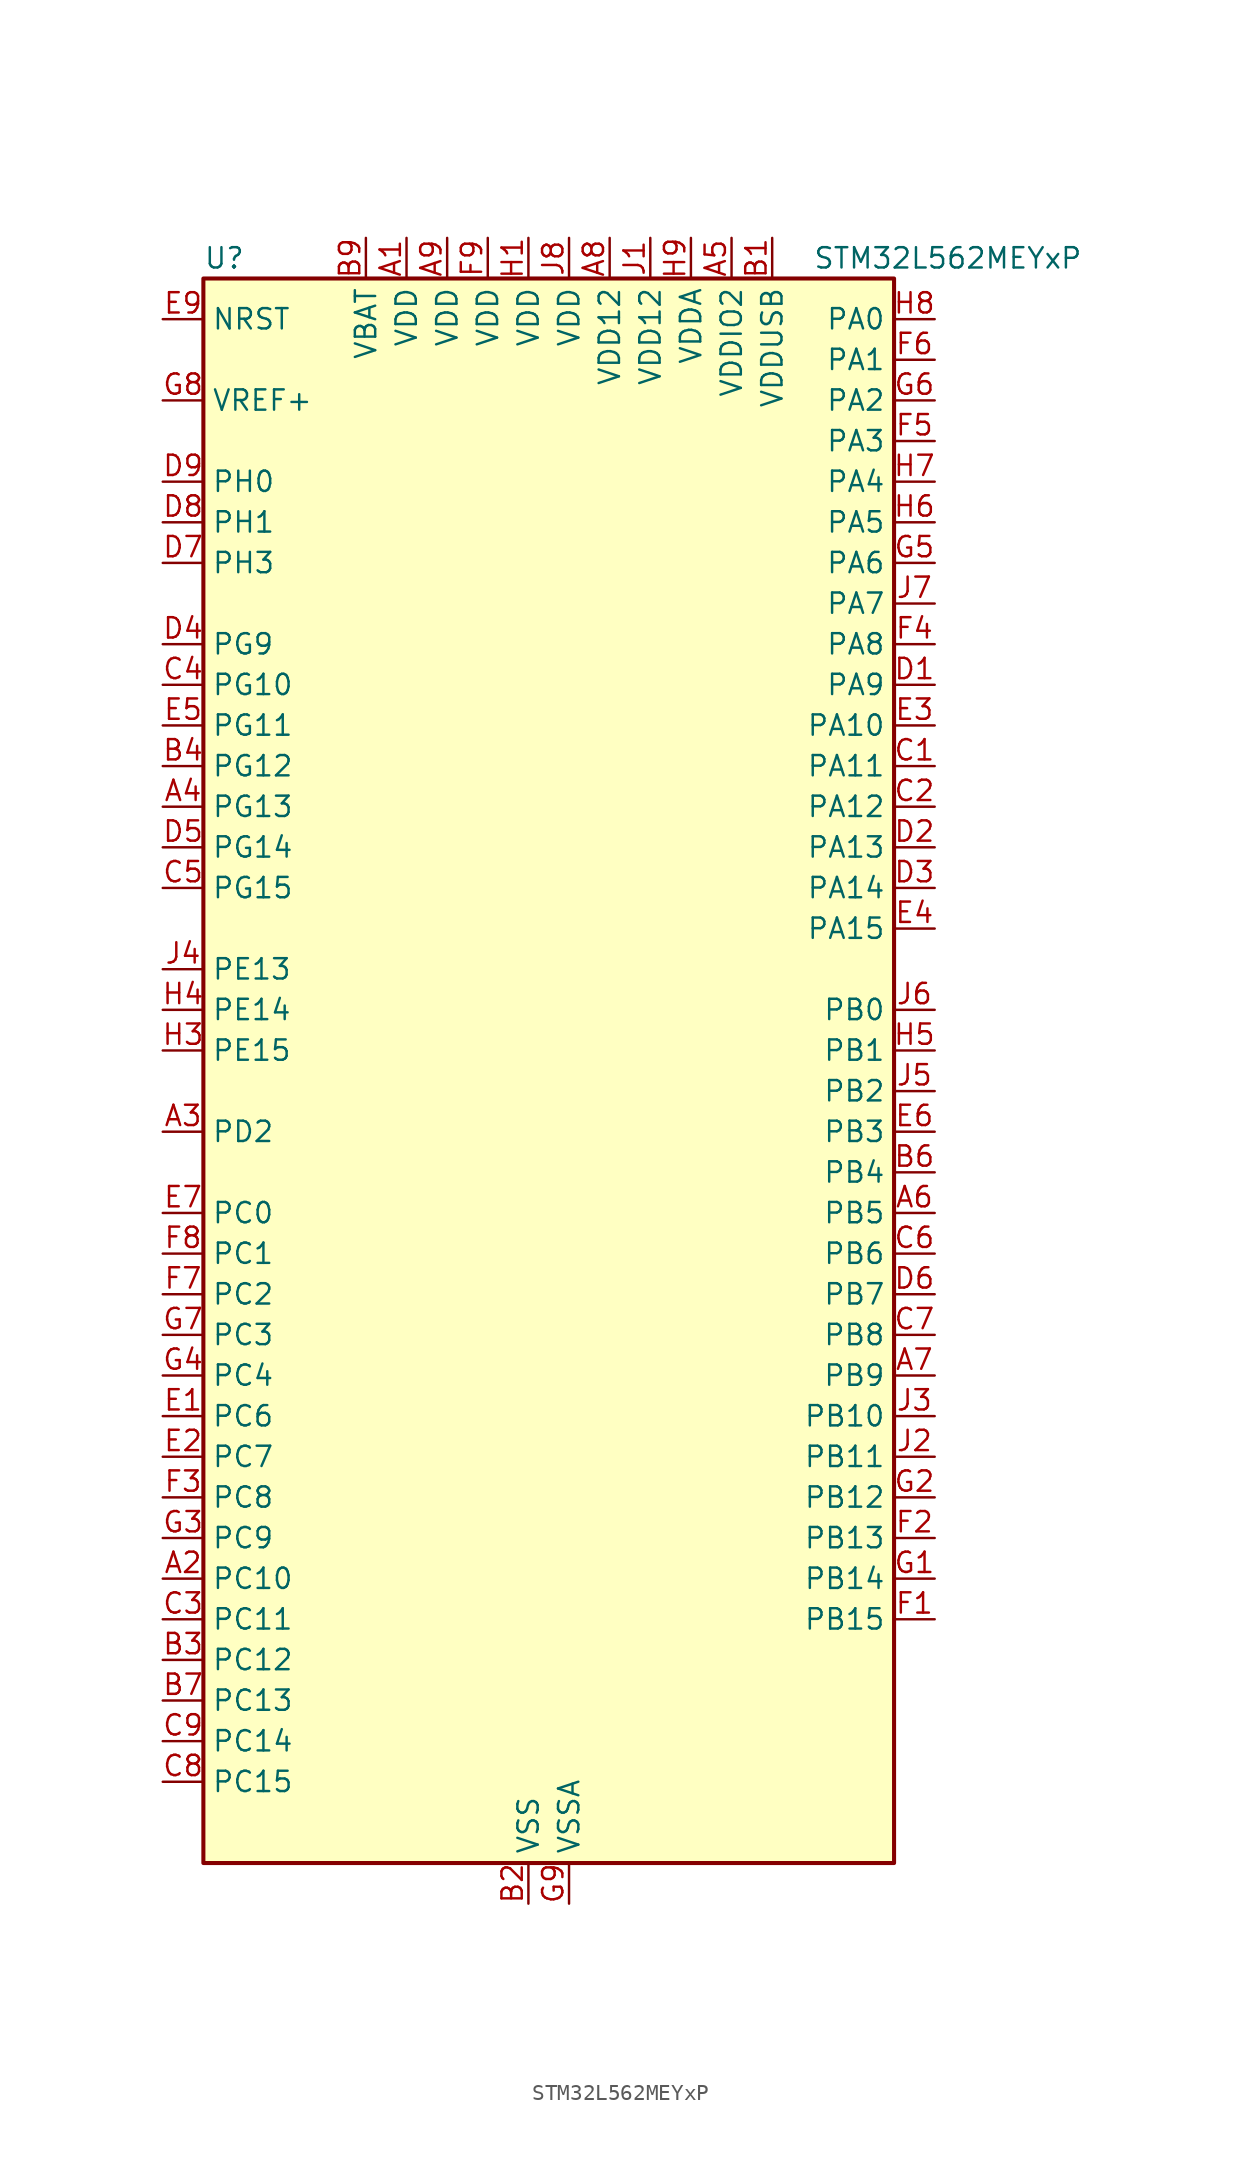
<source format=kicad_sym>
(kicad_symbol_lib
  (version 20220914)
  (generator kicad_symbol_editor)
  (symbol "STM32L562MEYxP"
    (property "Reference" "U"
      (at -20.32 52.07 0)
      (effects (font (size 1.27 1.27)) (justify left)))
    (property "Value" "STM32L562MEYxP"
      (at 17.78 52.07 0)
      (effects (font (size 1.27 1.27)) (justify left)))
    (property "ki_locked" ""
      (at 0 0 0)
      (effects (font (size 1.27 1.27))))
    (symbol "STM32L562MEYxP_0_1"
      (rectangle (start -20.32 -48.26) (end 22.86 50.8) (stroke (width 0.254) (type default)) (fill (type background))))
    (symbol "STM32L562MEYxP_1_1"
      (pin power_in line (at -7.62 53.34 270) (length 2.54) (name "VDD" (effects (font (size 1.27 1.27)))) (number "A1" (effects (font (size 1.27 1.27)))))
      (pin bidirectional line (at -22.86 -30.48 0) (length 2.54) (name "PC10" (effects (font (size 1.27 1.27)))) (number "A2" (effects (font (size 1.27 1.27)))) (alternate "DEBUG_TRACED1" bidirectional line) (alternate "LPTIM3_ETR" bidirectional line) (alternate "SAI2_SCK_B" bidirectional line) (alternate "SDMMC1_D2" bidirectional line) (alternate "SPI3_SCK" bidirectional line) (alternate "TSC_G3_IO2" bidirectional line) (alternate "UART4_TX" bidirectional line) (alternate "USART3_TX" bidirectional line))
      (pin bidirectional line (at -22.86 -2.54 0) (length 2.54) (name "PD2" (effects (font (size 1.27 1.27)))) (number "A3" (effects (font (size 1.27 1.27)))) (alternate "DEBUG_TRACED2" bidirectional line) (alternate "SDMMC1_CMD" bidirectional line) (alternate "TIM3_ETR" bidirectional line) (alternate "TSC_SYNC" bidirectional line) (alternate "UART5_RX" bidirectional line) (alternate "USART3_DE" bidirectional line) (alternate "USART3_RTS" bidirectional line))
      (pin bidirectional line (at -22.86 17.78 0) (length 2.54) (name "PG13" (effects (font (size 1.27 1.27)))) (number "A4" (effects (font (size 1.27 1.27)))) (alternate "I2C1_SDA" bidirectional line) (alternate "USART1_CK" bidirectional line))
      (pin power_in line (at 12.7 53.34 270) (length 2.54) (name "VDDIO2" (effects (font (size 1.27 1.27)))) (number "A5" (effects (font (size 1.27 1.27)))))
      (pin bidirectional line (at 25.4 -7.62 180) (length 2.54) (name "PB5" (effects (font (size 1.27 1.27)))) (number "A6" (effects (font (size 1.27 1.27)))) (alternate "COMP2_OUT" bidirectional line) (alternate "I2C1_SMBA" bidirectional line) (alternate "LPTIM1_IN1" bidirectional line) (alternate "OCTOSPI1_NCLK" bidirectional line) (alternate "SAI1_SD_B" bidirectional line) (alternate "SPI1_MOSI" bidirectional line) (alternate "SPI3_MOSI" bidirectional line) (alternate "TIM16_BKIN" bidirectional line) (alternate "TIM3_CH2" bidirectional line) (alternate "TSC_G2_IO2" bidirectional line) (alternate "UART5_CTS" bidirectional line) (alternate "UCPD1_DBCC1" bidirectional line) (alternate "USART1_CK" bidirectional line))
      (pin bidirectional line (at 25.4 -17.78 180) (length 2.54) (name "PB9" (effects (font (size 1.27 1.27)))) (number "A7" (effects (font (size 1.27 1.27)))) (alternate "DAC1_EXTI9" bidirectional line) (alternate "FDCAN1_TX" bidirectional line) (alternate "I2C1_SDA" bidirectional line) (alternate "IR_OUT" bidirectional line) (alternate "SAI1_D2" bidirectional line) (alternate "SAI1_FS_A" bidirectional line) (alternate "SDMMC1_CDIR" bidirectional line) (alternate "SDMMC1_D5" bidirectional line) (alternate "SPI2_NSS" bidirectional line) (alternate "TIM17_CH1" bidirectional line) (alternate "TIM4_CH4" bidirectional line))
      (pin power_in line (at 5.08 53.34 270) (length 2.54) (name "VDD12" (effects (font (size 1.27 1.27)))) (number "A8" (effects (font (size 1.27 1.27)))))
      (pin power_in line (at -5.08 53.34 270) (length 2.54) (name "VDD" (effects (font (size 1.27 1.27)))) (number "A9" (effects (font (size 1.27 1.27)))))
      (pin power_in line (at 15.24 53.34 270) (length 2.54) (name "VDDUSB" (effects (font (size 1.27 1.27)))) (number "B1" (effects (font (size 1.27 1.27)))))
      (pin power_in line (at 0 -50.8 90) (length 2.54) (name "VSS" (effects (font (size 1.27 1.27)))) (number "B2" (effects (font (size 1.27 1.27)))))
      (pin bidirectional line (at -22.86 -35.56 0) (length 2.54) (name "PC12" (effects (font (size 1.27 1.27)))) (number "B3" (effects (font (size 1.27 1.27)))) (alternate "DEBUG_TRACED3" bidirectional line) (alternate "SAI2_SD_B" bidirectional line) (alternate "SDMMC1_CK" bidirectional line) (alternate "SPI3_MOSI" bidirectional line) (alternate "TSC_G3_IO4" bidirectional line) (alternate "UART5_TX" bidirectional line) (alternate "USART3_CK" bidirectional line))
      (pin bidirectional line (at -22.86 20.32 0) (length 2.54) (name "PG12" (effects (font (size 1.27 1.27)))) (number "B4" (effects (font (size 1.27 1.27)))) (alternate "LPTIM1_ETR" bidirectional line) (alternate "SAI2_SD_A" bidirectional line) (alternate "SPI3_NSS" bidirectional line) (alternate "USART1_DE" bidirectional line) (alternate "USART1_RTS" bidirectional line))
      (pin passive line (at 0 -50.8 90) (length 2.54) hide (name "VSS" (effects (font (size 1.27 1.27)))) (number "B5" (effects (font (size 1.27 1.27)))))
      (pin bidirectional line (at 25.4 -5.08 180) (length 2.54) (name "PB4" (effects (font (size 1.27 1.27)))) (number "B6" (effects (font (size 1.27 1.27)))) (alternate "COMP2_INP" bidirectional line) (alternate "DEBUG_JTRST" bidirectional line) (alternate "I2C3_SDA" bidirectional line) (alternate "SAI1_MCLK_B" bidirectional line) (alternate "SPI1_MISO" bidirectional line) (alternate "SPI3_MISO" bidirectional line) (alternate "TIM17_BKIN" bidirectional line) (alternate "TIM3_CH1" bidirectional line) (alternate "TSC_G2_IO1" bidirectional line) (alternate "UART5_DE" bidirectional line) (alternate "UART5_RTS" bidirectional line) (alternate "USART1_CTS" bidirectional line) (alternate "USART1_NSS" bidirectional line))
      (pin bidirectional line (at -22.86 -38.1 0) (length 2.54) (name "PC13" (effects (font (size 1.27 1.27)))) (number "B7" (effects (font (size 1.27 1.27)))) (alternate "PWR_WKUP2" bidirectional line) (alternate "RTC_OUT1" bidirectional line) (alternate "RTC_TS" bidirectional line) (alternate "TAMP_IN1" bidirectional line) (alternate "TAMP_OUT2" bidirectional line))
      (pin passive line (at 0 -50.8 90) (length 2.54) hide (name "VSS" (effects (font (size 1.27 1.27)))) (number "B8" (effects (font (size 1.27 1.27)))))
      (pin power_in line (at -10.16 53.34 270) (length 2.54) (name "VBAT" (effects (font (size 1.27 1.27)))) (number "B9" (effects (font (size 1.27 1.27)))))
      (pin bidirectional line (at 25.4 20.32 180) (length 2.54) (name "PA11" (effects (font (size 1.27 1.27)))) (number "C1" (effects (font (size 1.27 1.27)))) (alternate "ADC1_EXTI11" bidirectional line) (alternate "ADC2_EXTI11" bidirectional line) (alternate "FDCAN1_RX" bidirectional line) (alternate "SPI1_MISO" bidirectional line) (alternate "TIM1_BKIN2" bidirectional line) (alternate "TIM1_CH4" bidirectional line) (alternate "USART1_CTS" bidirectional line) (alternate "USART1_NSS" bidirectional line) (alternate "USB_DM" bidirectional line))
      (pin bidirectional line (at 25.4 17.78 180) (length 2.54) (name "PA12" (effects (font (size 1.27 1.27)))) (number "C2" (effects (font (size 1.27 1.27)))) (alternate "FDCAN1_TX" bidirectional line) (alternate "SPI1_MOSI" bidirectional line) (alternate "TIM1_ETR" bidirectional line) (alternate "USART1_DE" bidirectional line) (alternate "USART1_RTS" bidirectional line) (alternate "USB_DP" bidirectional line))
      (pin bidirectional line (at -22.86 -33.02 0) (length 2.54) (name "PC11" (effects (font (size 1.27 1.27)))) (number "C3" (effects (font (size 1.27 1.27)))) (alternate "ADC1_EXTI11" bidirectional line) (alternate "ADC2_EXTI11" bidirectional line) (alternate "LPTIM3_IN1" bidirectional line) (alternate "OCTOSPI1_NCS" bidirectional line) (alternate "SAI2_MCLK_B" bidirectional line) (alternate "SDMMC1_D3" bidirectional line) (alternate "SPI3_MISO" bidirectional line) (alternate "TSC_G3_IO3" bidirectional line) (alternate "UART4_RX" bidirectional line) (alternate "UCPD1_FRSTX2" bidirectional line) (alternate "USART3_RX" bidirectional line))
      (pin bidirectional line (at -22.86 25.4 0) (length 2.54) (name "PG10" (effects (font (size 1.27 1.27)))) (number "C4" (effects (font (size 1.27 1.27)))) (alternate "LPTIM1_IN1" bidirectional line) (alternate "SAI2_FS_A" bidirectional line) (alternate "SPI3_MISO" bidirectional line) (alternate "TIM15_CH1" bidirectional line) (alternate "USART1_RX" bidirectional line))
      (pin bidirectional line (at -22.86 12.7 0) (length 2.54) (name "PG15" (effects (font (size 1.27 1.27)))) (number "C5" (effects (font (size 1.27 1.27)))) (alternate "ADC1_EXTI15" bidirectional line) (alternate "ADC2_EXTI15" bidirectional line) (alternate "I2C1_SMBA" bidirectional line) (alternate "LPTIM1_OUT" bidirectional line))
      (pin bidirectional line (at 25.4 -10.16 180) (length 2.54) (name "PB6" (effects (font (size 1.27 1.27)))) (number "C6" (effects (font (size 1.27 1.27)))) (alternate "COMP2_INP" bidirectional line) (alternate "I2C1_SCL" bidirectional line) (alternate "I2C4_SCL" bidirectional line) (alternate "LPTIM1_ETR" bidirectional line) (alternate "SAI1_FS_B" bidirectional line) (alternate "TIM16_CH1N" bidirectional line) (alternate "TIM4_CH1" bidirectional line) (alternate "TIM8_BKIN2" bidirectional line) (alternate "TSC_G2_IO3" bidirectional line) (alternate "USART1_TX" bidirectional line))
      (pin bidirectional line (at 25.4 -15.24 180) (length 2.54) (name "PB8" (effects (font (size 1.27 1.27)))) (number "C7" (effects (font (size 1.27 1.27)))) (alternate "DFSDM1_CKOUT" bidirectional line) (alternate "FDCAN1_RX" bidirectional line) (alternate "I2C1_SCL" bidirectional line) (alternate "SAI1_CK1" bidirectional line) (alternate "SAI1_MCLK_A" bidirectional line) (alternate "SDMMC1_CKIN" bidirectional line) (alternate "SDMMC1_D4" bidirectional line) (alternate "TIM16_CH1" bidirectional line) (alternate "TIM4_CH3" bidirectional line))
      (pin bidirectional line (at -22.86 -43.18 0) (length 2.54) (name "PC15" (effects (font (size 1.27 1.27)))) (number "C8" (effects (font (size 1.27 1.27)))) (alternate "ADC1_EXTI15" bidirectional line) (alternate "ADC2_EXTI15" bidirectional line) (alternate "RCC_OSC32_OUT" bidirectional line))
      (pin bidirectional line (at -22.86 -40.64 0) (length 2.54) (name "PC14" (effects (font (size 1.27 1.27)))) (number "C9" (effects (font (size 1.27 1.27)))) (alternate "RCC_OSC32_IN" bidirectional line))
      (pin bidirectional line (at 25.4 25.4 180) (length 2.54) (name "PA9" (effects (font (size 1.27 1.27)))) (number "D1" (effects (font (size 1.27 1.27)))) (alternate "DAC1_EXTI9" bidirectional line) (alternate "SAI1_FS_A" bidirectional line) (alternate "SPI2_SCK" bidirectional line) (alternate "TIM15_BKIN" bidirectional line) (alternate "TIM1_CH2" bidirectional line) (alternate "USART1_TX" bidirectional line))
      (pin bidirectional line (at 25.4 15.24 180) (length 2.54) (name "PA13" (effects (font (size 1.27 1.27)))) (number "D2" (effects (font (size 1.27 1.27)))) (alternate "DEBUG_JTMS-SWDIO" bidirectional line) (alternate "IR_OUT" bidirectional line) (alternate "SAI1_SD_B" bidirectional line) (alternate "USB_NOE" bidirectional line))
      (pin bidirectional line (at 25.4 12.7 180) (length 2.54) (name "PA14" (effects (font (size 1.27 1.27)))) (number "D3" (effects (font (size 1.27 1.27)))) (alternate "DEBUG_JTCK-SWCLK" bidirectional line) (alternate "I2C1_SMBA" bidirectional line) (alternate "I2C4_SMBA" bidirectional line) (alternate "LPTIM1_OUT" bidirectional line) (alternate "SAI1_FS_B" bidirectional line))
      (pin bidirectional line (at -22.86 27.94 0) (length 2.54) (name "PG9" (effects (font (size 1.27 1.27)))) (number "D4" (effects (font (size 1.27 1.27)))) (alternate "DAC1_EXTI9" bidirectional line) (alternate "SAI2_SCK_A" bidirectional line) (alternate "SPI3_SCK" bidirectional line) (alternate "TIM15_CH1N" bidirectional line) (alternate "USART1_TX" bidirectional line))
      (pin bidirectional line (at -22.86 15.24 0) (length 2.54) (name "PG14" (effects (font (size 1.27 1.27)))) (number "D5" (effects (font (size 1.27 1.27)))) (alternate "I2C1_SCL" bidirectional line))
      (pin bidirectional line (at 25.4 -12.7 180) (length 2.54) (name "PB7" (effects (font (size 1.27 1.27)))) (number "D6" (effects (font (size 1.27 1.27)))) (alternate "COMP2_INM" bidirectional line) (alternate "I2C1_SDA" bidirectional line) (alternate "I2C4_SDA" bidirectional line) (alternate "LPTIM1_IN2" bidirectional line) (alternate "PWR_PVD_IN" bidirectional line) (alternate "TIM17_CH1N" bidirectional line) (alternate "TIM4_CH2" bidirectional line) (alternate "TIM8_BKIN" bidirectional line) (alternate "TSC_G2_IO4" bidirectional line) (alternate "UART4_CTS" bidirectional line) (alternate "USART1_RX" bidirectional line))
      (pin bidirectional line (at -22.86 33.02 0) (length 2.54) (name "PH3" (effects (font (size 1.27 1.27)))) (number "D7" (effects (font (size 1.27 1.27)))))
      (pin bidirectional line (at -22.86 35.56 0) (length 2.54) (name "PH1" (effects (font (size 1.27 1.27)))) (number "D8" (effects (font (size 1.27 1.27)))) (alternate "RCC_OSC_OUT" bidirectional line))
      (pin bidirectional line (at -22.86 38.1 0) (length 2.54) (name "PH0" (effects (font (size 1.27 1.27)))) (number "D9" (effects (font (size 1.27 1.27)))) (alternate "RCC_OSC_IN" bidirectional line))
      (pin bidirectional line (at -22.86 -20.32 0) (length 2.54) (name "PC6" (effects (font (size 1.27 1.27)))) (number "E1" (effects (font (size 1.27 1.27)))) (alternate "DFSDM1_CKIN3" bidirectional line) (alternate "SAI2_MCLK_A" bidirectional line) (alternate "SDMMC1_D0DIR" bidirectional line) (alternate "SDMMC1_D6" bidirectional line) (alternate "TIM3_CH1" bidirectional line) (alternate "TIM8_CH1" bidirectional line) (alternate "TSC_G4_IO1" bidirectional line))
      (pin bidirectional line (at -22.86 -22.86 0) (length 2.54) (name "PC7" (effects (font (size 1.27 1.27)))) (number "E2" (effects (font (size 1.27 1.27)))) (alternate "DFSDM1_DATIN3" bidirectional line) (alternate "SAI2_MCLK_B" bidirectional line) (alternate "SDMMC1_D123DIR" bidirectional line) (alternate "SDMMC1_D7" bidirectional line) (alternate "TIM3_CH2" bidirectional line) (alternate "TIM8_CH2" bidirectional line) (alternate "TSC_G4_IO2" bidirectional line))
      (pin bidirectional line (at 25.4 22.86 180) (length 2.54) (name "PA10" (effects (font (size 1.27 1.27)))) (number "E3" (effects (font (size 1.27 1.27)))) (alternate "CRS_SYNC" bidirectional line) (alternate "SAI1_D1" bidirectional line) (alternate "SAI1_SD_A" bidirectional line) (alternate "TIM17_BKIN" bidirectional line) (alternate "TIM1_CH3" bidirectional line) (alternate "USART1_RX" bidirectional line))
      (pin bidirectional line (at 25.4 10.16 180) (length 2.54) (name "PA15" (effects (font (size 1.27 1.27)))) (number "E4" (effects (font (size 1.27 1.27)))) (alternate "ADC1_EXTI15" bidirectional line) (alternate "ADC2_EXTI15" bidirectional line) (alternate "DEBUG_JTDI" bidirectional line) (alternate "SAI2_FS_B" bidirectional line) (alternate "SPI1_NSS" bidirectional line) (alternate "SPI3_NSS" bidirectional line) (alternate "TIM2_CH1" bidirectional line) (alternate "TIM2_ETR" bidirectional line) (alternate "UART4_DE" bidirectional line) (alternate "UART4_RTS" bidirectional line) (alternate "UCPD1_CC1" bidirectional line) (alternate "USART2_RX" bidirectional line) (alternate "USART3_DE" bidirectional line) (alternate "USART3_RTS" bidirectional line))
      (pin bidirectional line (at -22.86 22.86 0) (length 2.54) (name "PG11" (effects (font (size 1.27 1.27)))) (number "E5" (effects (font (size 1.27 1.27)))) (alternate "ADC1_EXTI11" bidirectional line) (alternate "ADC2_EXTI11" bidirectional line) (alternate "LPTIM1_IN2" bidirectional line) (alternate "OCTOSPI1_IO5" bidirectional line) (alternate "SAI2_MCLK_A" bidirectional line) (alternate "SPI3_MOSI" bidirectional line) (alternate "TIM15_CH2" bidirectional line) (alternate "USART1_CTS" bidirectional line) (alternate "USART1_NSS" bidirectional line))
      (pin bidirectional line (at 25.4 -2.54 180) (length 2.54) (name "PB3" (effects (font (size 1.27 1.27)))) (number "E6" (effects (font (size 1.27 1.27)))) (alternate "COMP2_INM" bidirectional line) (alternate "CRS_SYNC" bidirectional line) (alternate "DEBUG_JTDO-SWO" bidirectional line) (alternate "SAI1_SCK_B" bidirectional line) (alternate "SPI1_SCK" bidirectional line) (alternate "SPI3_SCK" bidirectional line) (alternate "TIM2_CH2" bidirectional line) (alternate "USART1_DE" bidirectional line) (alternate "USART1_RTS" bidirectional line))
      (pin bidirectional line (at -22.86 -7.62 0) (length 2.54) (name "PC0" (effects (font (size 1.27 1.27)))) (number "E7" (effects (font (size 1.27 1.27)))) (alternate "ADC1_IN1" bidirectional line) (alternate "ADC2_IN1" bidirectional line) (alternate "I2C3_SCL" bidirectional line) (alternate "LPTIM1_IN1" bidirectional line) (alternate "LPTIM2_IN1" bidirectional line) (alternate "LPUART1_RX" bidirectional line) (alternate "OCTOSPI1_IO7" bidirectional line) (alternate "SAI2_FS_A" bidirectional line) (alternate "SDMMC1_D5" bidirectional line))
      (pin passive line (at 0 -50.8 90) (length 2.54) hide (name "VSS" (effects (font (size 1.27 1.27)))) (number "E8" (effects (font (size 1.27 1.27)))))
      (pin input line (at -22.86 48.26 0) (length 2.54) (name "NRST" (effects (font (size 1.27 1.27)))) (number "E9" (effects (font (size 1.27 1.27)))))
      (pin bidirectional line (at 25.4 -33.02 180) (length 2.54) (name "PB15" (effects (font (size 1.27 1.27)))) (number "F1" (effects (font (size 1.27 1.27)))) (alternate "ADC1_EXTI15" bidirectional line) (alternate "ADC2_EXTI15" bidirectional line) (alternate "DFSDM1_CKIN2" bidirectional line) (alternate "RTC_REFIN" bidirectional line) (alternate "SAI2_SD_A" bidirectional line) (alternate "SPI2_MOSI" bidirectional line) (alternate "TIM15_CH2" bidirectional line) (alternate "TIM1_CH3N" bidirectional line) (alternate "TIM8_CH3N" bidirectional line) (alternate "UCPD1_CC2" bidirectional line))
      (pin bidirectional line (at 25.4 -27.94 180) (length 2.54) (name "PB13" (effects (font (size 1.27 1.27)))) (number "F2" (effects (font (size 1.27 1.27)))) (alternate "DFSDM1_CKIN1" bidirectional line) (alternate "I2C2_SCL" bidirectional line) (alternate "LPTIM3_IN1" bidirectional line) (alternate "LPUART1_CTS" bidirectional line) (alternate "SAI2_SCK_A" bidirectional line) (alternate "SPI2_SCK" bidirectional line) (alternate "TIM15_CH1N" bidirectional line) (alternate "TIM1_CH1N" bidirectional line) (alternate "TSC_G1_IO2" bidirectional line) (alternate "UCPD1_FRSTX2" bidirectional line) (alternate "USART3_CTS" bidirectional line) (alternate "USART3_NSS" bidirectional line))
      (pin bidirectional line (at -22.86 -25.4 0) (length 2.54) (name "PC8" (effects (font (size 1.27 1.27)))) (number "F3" (effects (font (size 1.27 1.27)))) (alternate "SDMMC1_D0" bidirectional line) (alternate "TIM3_CH3" bidirectional line) (alternate "TIM8_CH3" bidirectional line) (alternate "TSC_G4_IO3" bidirectional line))
      (pin bidirectional line (at 25.4 27.94 180) (length 2.54) (name "PA8" (effects (font (size 1.27 1.27)))) (number "F4" (effects (font (size 1.27 1.27)))) (alternate "LPTIM2_OUT" bidirectional line) (alternate "RCC_MCO" bidirectional line) (alternate "SAI1_CK2" bidirectional line) (alternate "SAI1_SCK_A" bidirectional line) (alternate "TIM1_CH1" bidirectional line) (alternate "USART1_CK" bidirectional line))
      (pin bidirectional line (at 25.4 40.64 180) (length 2.54) (name "PA3" (effects (font (size 1.27 1.27)))) (number "F5" (effects (font (size 1.27 1.27)))) (alternate "ADC1_IN8" bidirectional line) (alternate "ADC2_IN8" bidirectional line) (alternate "LPUART1_RX" bidirectional line) (alternate "OCTOSPI1_CLK" bidirectional line) (alternate "OPAMP1_VOUT" bidirectional line) (alternate "SAI1_CK1" bidirectional line) (alternate "SAI1_MCLK_A" bidirectional line) (alternate "TIM15_CH2" bidirectional line) (alternate "TIM2_CH4" bidirectional line) (alternate "TIM5_CH4" bidirectional line) (alternate "USART2_RX" bidirectional line))
      (pin bidirectional line (at 25.4 45.72 180) (length 2.54) (name "PA1" (effects (font (size 1.27 1.27)))) (number "F6" (effects (font (size 1.27 1.27)))) (alternate "ADC1_IN6" bidirectional line) (alternate "ADC2_IN6" bidirectional line) (alternate "I2C1_SMBA" bidirectional line) (alternate "OCTOSPI1_DQS" bidirectional line) (alternate "OPAMP1_VINM" bidirectional line) (alternate "SPI1_SCK" bidirectional line) (alternate "TAMP_IN5" bidirectional line) (alternate "TAMP_OUT4" bidirectional line) (alternate "TIM15_CH1N" bidirectional line) (alternate "TIM2_CH2" bidirectional line) (alternate "TIM5_CH2" bidirectional line) (alternate "UART4_RX" bidirectional line) (alternate "USART2_DE" bidirectional line) (alternate "USART2_RTS" bidirectional line))
      (pin bidirectional line (at -22.86 -12.7 0) (length 2.54) (name "PC2" (effects (font (size 1.27 1.27)))) (number "F7" (effects (font (size 1.27 1.27)))) (alternate "ADC1_IN3" bidirectional line) (alternate "ADC2_IN3" bidirectional line) (alternate "DFSDM1_CKOUT" bidirectional line) (alternate "LPTIM1_IN2" bidirectional line) (alternate "OCTOSPI1_IO5" bidirectional line) (alternate "SPI2_MISO" bidirectional line))
      (pin bidirectional line (at -22.86 -10.16 0) (length 2.54) (name "PC1" (effects (font (size 1.27 1.27)))) (number "F8" (effects (font (size 1.27 1.27)))) (alternate "ADC1_IN2" bidirectional line) (alternate "ADC2_IN2" bidirectional line) (alternate "DEBUG_TRACED0" bidirectional line) (alternate "I2C3_SDA" bidirectional line) (alternate "LPTIM1_OUT" bidirectional line) (alternate "LPUART1_TX" bidirectional line) (alternate "OCTOSPI1_IO4" bidirectional line) (alternate "SAI1_SD_A" bidirectional line) (alternate "SPI2_MOSI" bidirectional line))
      (pin power_in line (at -2.54 53.34 270) (length 2.54) (name "VDD" (effects (font (size 1.27 1.27)))) (number "F9" (effects (font (size 1.27 1.27)))))
      (pin bidirectional line (at 25.4 -30.48 180) (length 2.54) (name "PB14" (effects (font (size 1.27 1.27)))) (number "G1" (effects (font (size 1.27 1.27)))) (alternate "DFSDM1_DATIN2" bidirectional line) (alternate "I2C2_SDA" bidirectional line) (alternate "LPTIM3_ETR" bidirectional line) (alternate "SAI2_MCLK_A" bidirectional line) (alternate "SPI2_MISO" bidirectional line) (alternate "TIM15_CH1" bidirectional line) (alternate "TIM1_CH2N" bidirectional line) (alternate "TIM8_CH2N" bidirectional line) (alternate "TSC_G1_IO3" bidirectional line) (alternate "UCPD1_DBCC2" bidirectional line) (alternate "USART3_DE" bidirectional line) (alternate "USART3_RTS" bidirectional line))
      (pin bidirectional line (at 25.4 -25.4 180) (length 2.54) (name "PB12" (effects (font (size 1.27 1.27)))) (number "G2" (effects (font (size 1.27 1.27)))) (alternate "DFSDM1_DATIN1" bidirectional line) (alternate "I2C2_SMBA" bidirectional line) (alternate "LPUART1_DE" bidirectional line) (alternate "LPUART1_RTS" bidirectional line) (alternate "OCTOSPI1_NCLK" bidirectional line) (alternate "SAI2_FS_A" bidirectional line) (alternate "SPI2_NSS" bidirectional line) (alternate "TIM15_BKIN" bidirectional line) (alternate "TIM1_BKIN" bidirectional line) (alternate "TSC_G1_IO1" bidirectional line) (alternate "USART3_CK" bidirectional line))
      (pin bidirectional line (at -22.86 -27.94 0) (length 2.54) (name "PC9" (effects (font (size 1.27 1.27)))) (number "G3" (effects (font (size 1.27 1.27)))) (alternate "DAC1_EXTI9" bidirectional line) (alternate "DEBUG_TRACED0" bidirectional line) (alternate "SAI2_EXTCLK" bidirectional line) (alternate "SDMMC1_D1" bidirectional line) (alternate "TIM3_CH4" bidirectional line) (alternate "TIM8_BKIN2" bidirectional line) (alternate "TIM8_CH4" bidirectional line) (alternate "TSC_G4_IO4" bidirectional line) (alternate "USB_NOE" bidirectional line))
      (pin bidirectional line (at -22.86 -17.78 0) (length 2.54) (name "PC4" (effects (font (size 1.27 1.27)))) (number "G4" (effects (font (size 1.27 1.27)))) (alternate "ADC1_IN13" bidirectional line) (alternate "ADC2_IN13" bidirectional line) (alternate "COMP1_INM" bidirectional line) (alternate "OCTOSPI1_IO7" bidirectional line) (alternate "USART3_TX" bidirectional line))
      (pin bidirectional line (at 25.4 33.02 180) (length 2.54) (name "PA6" (effects (font (size 1.27 1.27)))) (number "G5" (effects (font (size 1.27 1.27)))) (alternate "ADC1_IN11" bidirectional line) (alternate "ADC2_IN11" bidirectional line) (alternate "LPUART1_CTS" bidirectional line) (alternate "OCTOSPI1_IO3" bidirectional line) (alternate "OPAMP2_VINP" bidirectional line) (alternate "SPI1_MISO" bidirectional line) (alternate "TIM16_CH1" bidirectional line) (alternate "TIM1_BKIN" bidirectional line) (alternate "TIM3_CH1" bidirectional line) (alternate "TIM8_BKIN" bidirectional line) (alternate "USART3_CTS" bidirectional line) (alternate "USART3_NSS" bidirectional line))
      (pin bidirectional line (at 25.4 43.18 180) (length 2.54) (name "PA2" (effects (font (size 1.27 1.27)))) (number "G6" (effects (font (size 1.27 1.27)))) (alternate "ADC1_IN7" bidirectional line) (alternate "ADC2_IN7" bidirectional line) (alternate "COMP1_INP" bidirectional line) (alternate "LPUART1_TX" bidirectional line) (alternate "OCTOSPI1_NCS" bidirectional line) (alternate "PWR_WKUP4" bidirectional line) (alternate "RCC_LSCO" bidirectional line) (alternate "SAI2_EXTCLK" bidirectional line) (alternate "TIM15_CH1" bidirectional line) (alternate "TIM2_CH3" bidirectional line) (alternate "TIM5_CH3" bidirectional line) (alternate "UCPD1_FRSTX1" bidirectional line) (alternate "USART2_TX" bidirectional line))
      (pin bidirectional line (at -22.86 -15.24 0) (length 2.54) (name "PC3" (effects (font (size 1.27 1.27)))) (number "G7" (effects (font (size 1.27 1.27)))) (alternate "ADC1_IN4" bidirectional line) (alternate "ADC2_IN4" bidirectional line) (alternate "LPTIM1_ETR" bidirectional line) (alternate "LPTIM2_ETR" bidirectional line) (alternate "LPTIM3_OUT" bidirectional line) (alternate "OCTOSPI1_IO6" bidirectional line) (alternate "SAI1_D1" bidirectional line) (alternate "SAI1_SD_A" bidirectional line) (alternate "SPI2_MOSI" bidirectional line))
      (pin input line (at -22.86 43.18 0) (length 2.54) (name "VREF+" (effects (font (size 1.27 1.27)))) (number "G8" (effects (font (size 1.27 1.27)))))
      (pin power_in line (at 2.54 -50.8 90) (length 2.54) (name "VSSA" (effects (font (size 1.27 1.27)))) (number "G9" (effects (font (size 1.27 1.27)))))
      (pin power_in line (at 0 53.34 270) (length 2.54) (name "VDD" (effects (font (size 1.27 1.27)))) (number "H1" (effects (font (size 1.27 1.27)))))
      (pin passive line (at 0 -50.8 90) (length 2.54) hide (name "VSS" (effects (font (size 1.27 1.27)))) (number "H2" (effects (font (size 1.27 1.27)))))
      (pin bidirectional line (at -22.86 2.54 0) (length 2.54) (name "PE15" (effects (font (size 1.27 1.27)))) (number "H3" (effects (font (size 1.27 1.27)))) (alternate "ADC1_EXTI15" bidirectional line) (alternate "ADC2_EXTI15" bidirectional line) (alternate "OCTOSPI1_IO3" bidirectional line) (alternate "SPI1_MOSI" bidirectional line) (alternate "TIM1_BKIN" bidirectional line))
      (pin bidirectional line (at -22.86 5.08 0) (length 2.54) (name "PE14" (effects (font (size 1.27 1.27)))) (number "H4" (effects (font (size 1.27 1.27)))) (alternate "OCTOSPI1_IO2" bidirectional line) (alternate "SPI1_MISO" bidirectional line) (alternate "TIM1_BKIN2" bidirectional line) (alternate "TIM1_CH4" bidirectional line))
      (pin bidirectional line (at 25.4 2.54 180) (length 2.54) (name "PB1" (effects (font (size 1.27 1.27)))) (number "H5" (effects (font (size 1.27 1.27)))) (alternate "ADC1_IN16" bidirectional line) (alternate "ADC2_IN16" bidirectional line) (alternate "COMP1_INM" bidirectional line) (alternate "DFSDM1_DATIN0" bidirectional line) (alternate "LPTIM2_IN1" bidirectional line) (alternate "LPUART1_DE" bidirectional line) (alternate "LPUART1_RTS" bidirectional line) (alternate "OCTOSPI1_IO0" bidirectional line) (alternate "TIM1_CH3N" bidirectional line) (alternate "TIM3_CH4" bidirectional line) (alternate "TIM8_CH3N" bidirectional line) (alternate "USART3_DE" bidirectional line) (alternate "USART3_RTS" bidirectional line))
      (pin bidirectional line (at 25.4 35.56 180) (length 2.54) (name "PA5" (effects (font (size 1.27 1.27)))) (number "H6" (effects (font (size 1.27 1.27)))) (alternate "ADC1_IN10" bidirectional line) (alternate "ADC2_IN10" bidirectional line) (alternate "DAC1_OUT2" bidirectional line) (alternate "LPTIM2_ETR" bidirectional line) (alternate "SPI1_SCK" bidirectional line) (alternate "TIM2_CH1" bidirectional line) (alternate "TIM2_ETR" bidirectional line) (alternate "TIM8_CH1N" bidirectional line))
      (pin bidirectional line (at 25.4 38.1 180) (length 2.54) (name "PA4" (effects (font (size 1.27 1.27)))) (number "H7" (effects (font (size 1.27 1.27)))) (alternate "ADC1_IN9" bidirectional line) (alternate "ADC2_IN9" bidirectional line) (alternate "DAC1_OUT1" bidirectional line) (alternate "LPTIM2_OUT" bidirectional line) (alternate "OCTOSPI1_NCS" bidirectional line) (alternate "SAI1_FS_B" bidirectional line) (alternate "SPI1_NSS" bidirectional line) (alternate "SPI3_NSS" bidirectional line) (alternate "USART2_CK" bidirectional line))
      (pin bidirectional line (at 25.4 48.26 180) (length 2.54) (name "PA0" (effects (font (size 1.27 1.27)))) (number "H8" (effects (font (size 1.27 1.27)))) (alternate "ADC1_IN5" bidirectional line) (alternate "ADC2_IN5" bidirectional line) (alternate "OPAMP1_VINP" bidirectional line) (alternate "PWR_WKUP1" bidirectional line) (alternate "SAI1_EXTCLK" bidirectional line) (alternate "TAMP_IN2" bidirectional line) (alternate "TAMP_OUT1" bidirectional line) (alternate "TIM2_CH1" bidirectional line) (alternate "TIM2_ETR" bidirectional line) (alternate "TIM5_CH1" bidirectional line) (alternate "TIM8_ETR" bidirectional line) (alternate "UART4_TX" bidirectional line) (alternate "USART2_CTS" bidirectional line) (alternate "USART2_NSS" bidirectional line))
      (pin power_in line (at 10.16 53.34 270) (length 2.54) (name "VDDA" (effects (font (size 1.27 1.27)))) (number "H9" (effects (font (size 1.27 1.27)))))
      (pin power_in line (at 7.62 53.34 270) (length 2.54) (name "VDD12" (effects (font (size 1.27 1.27)))) (number "J1" (effects (font (size 1.27 1.27)))))
      (pin bidirectional line (at 25.4 -22.86 180) (length 2.54) (name "PB11" (effects (font (size 1.27 1.27)))) (number "J2" (effects (font (size 1.27 1.27)))) (alternate "ADC1_EXTI11" bidirectional line) (alternate "ADC2_EXTI11" bidirectional line) (alternate "COMP2_OUT" bidirectional line) (alternate "I2C2_SDA" bidirectional line) (alternate "I2C4_SDA" bidirectional line) (alternate "LPUART1_TX" bidirectional line) (alternate "OCTOSPI1_NCS" bidirectional line) (alternate "TIM2_CH4" bidirectional line) (alternate "USART3_RX" bidirectional line))
      (pin bidirectional line (at 25.4 -20.32 180) (length 2.54) (name "PB10" (effects (font (size 1.27 1.27)))) (number "J3" (effects (font (size 1.27 1.27)))) (alternate "COMP1_OUT" bidirectional line) (alternate "I2C2_SCL" bidirectional line) (alternate "I2C4_SCL" bidirectional line) (alternate "LPTIM3_OUT" bidirectional line) (alternate "LPUART1_RX" bidirectional line) (alternate "OCTOSPI1_CLK" bidirectional line) (alternate "SAI1_SCK_A" bidirectional line) (alternate "SPI2_SCK" bidirectional line) (alternate "TIM2_CH3" bidirectional line) (alternate "TSC_SYNC" bidirectional line) (alternate "USART3_TX" bidirectional line))
      (pin bidirectional line (at -22.86 7.62 0) (length 2.54) (name "PE13" (effects (font (size 1.27 1.27)))) (number "J4" (effects (font (size 1.27 1.27)))) (alternate "OCTOSPI1_IO1" bidirectional line) (alternate "SPI1_SCK" bidirectional line) (alternate "TIM1_CH3" bidirectional line) (alternate "TSC_G5_IO4" bidirectional line))
      (pin bidirectional line (at 25.4 0 180) (length 2.54) (name "PB2" (effects (font (size 1.27 1.27)))) (number "J5" (effects (font (size 1.27 1.27)))) (alternate "COMP1_INP" bidirectional line) (alternate "DFSDM1_CKIN0" bidirectional line) (alternate "I2C3_SMBA" bidirectional line) (alternate "LPTIM1_OUT" bidirectional line) (alternate "OCTOSPI1_DQS" bidirectional line) (alternate "RTC_OUT2" bidirectional line) (alternate "UCPD1_FRSTX1" bidirectional line))
      (pin bidirectional line (at 25.4 5.08 180) (length 2.54) (name "PB0" (effects (font (size 1.27 1.27)))) (number "J6" (effects (font (size 1.27 1.27)))) (alternate "ADC1_IN15" bidirectional line) (alternate "ADC2_IN15" bidirectional line) (alternate "COMP1_OUT" bidirectional line) (alternate "OCTOSPI1_IO1" bidirectional line) (alternate "OPAMP2_VOUT" bidirectional line) (alternate "SAI1_EXTCLK" bidirectional line) (alternate "SPI1_NSS" bidirectional line) (alternate "TIM1_CH2N" bidirectional line) (alternate "TIM3_CH3" bidirectional line) (alternate "TIM8_CH2N" bidirectional line) (alternate "USART3_CK" bidirectional line))
      (pin bidirectional line (at 25.4 30.48 180) (length 2.54) (name "PA7" (effects (font (size 1.27 1.27)))) (number "J7" (effects (font (size 1.27 1.27)))) (alternate "ADC1_IN12" bidirectional line) (alternate "ADC2_IN12" bidirectional line) (alternate "I2C3_SCL" bidirectional line) (alternate "OCTOSPI1_IO2" bidirectional line) (alternate "OPAMP2_VINM" bidirectional line) (alternate "SPI1_MOSI" bidirectional line) (alternate "TIM17_CH1" bidirectional line) (alternate "TIM1_CH1N" bidirectional line) (alternate "TIM3_CH2" bidirectional line) (alternate "TIM8_CH1N" bidirectional line))
      (pin power_in line (at 2.54 53.34 270) (length 2.54) (name "VDD" (effects (font (size 1.27 1.27)))) (number "J8" (effects (font (size 1.27 1.27)))))
      (pin passive line (at 0 -50.8 90) (length 2.54) hide (name "VSS" (effects (font (size 1.27 1.27)))) (number "J9" (effects (font (size 1.27 1.27))))))))
</source>
